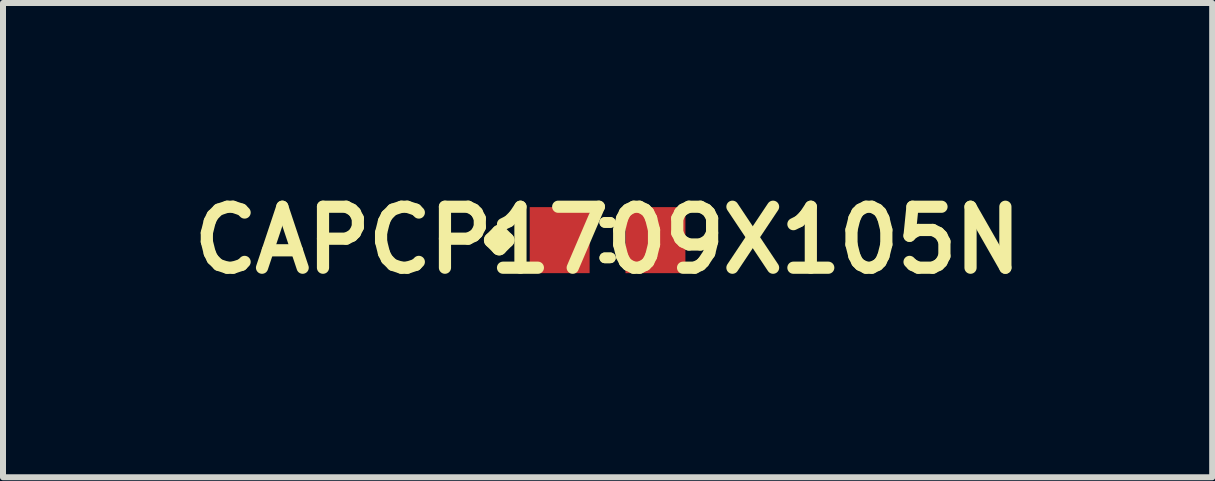
<source format=kicad_pcb>
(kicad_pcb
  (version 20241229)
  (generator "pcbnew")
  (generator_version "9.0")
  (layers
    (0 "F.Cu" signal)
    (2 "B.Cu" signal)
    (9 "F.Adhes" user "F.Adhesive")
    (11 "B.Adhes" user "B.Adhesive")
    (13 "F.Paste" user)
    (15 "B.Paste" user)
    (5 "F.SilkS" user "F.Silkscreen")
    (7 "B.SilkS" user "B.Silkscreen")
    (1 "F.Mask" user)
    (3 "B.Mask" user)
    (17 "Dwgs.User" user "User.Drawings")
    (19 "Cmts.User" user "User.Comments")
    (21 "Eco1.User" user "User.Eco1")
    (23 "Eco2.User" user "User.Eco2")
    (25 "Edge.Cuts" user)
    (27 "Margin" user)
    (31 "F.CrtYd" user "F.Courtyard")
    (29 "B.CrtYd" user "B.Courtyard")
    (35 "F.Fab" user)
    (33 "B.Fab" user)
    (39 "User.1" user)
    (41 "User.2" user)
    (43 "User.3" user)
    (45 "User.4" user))
  (footprint "CAPCP1709X105N"
    (layer "F.Cu")
    (at 7.073 0.951)
    (property "Reference" "CAPCP1709X105N" (at 0 0 0) (layer "F.SilkS") (effects (font (size 1.016 1.016) (thickness 0.203))))
    (attr smd)
    (fp_line (start -1.933 0) (end -1.806 -0.127) (stroke (width 0.254) (type solid)) (layer "F.SilkS"))
    (fp_line (start -1.806 -0.127) (end -1.679 0) (stroke (width 0.254) (type solid)) (layer "F.SilkS"))
    (fp_line (start -1.806 0.127) (end -1.933 0) (stroke (width 0.254) (type solid)) (layer "F.SilkS"))
    (fp_line (start -1.679 0) (end -1.806 0.127) (stroke (width 0.254) (type solid)) (layer "F.SilkS"))
    (fp_line (start -0.046 -0.295) (end 0.046 -0.295) (stroke (width 0.178) (type solid)) (layer "F.SilkS"))
    (fp_line (start -0.046 0.295) (end 0.046 0.295) (stroke (width 0.178) (type solid)) (layer "F.SilkS"))
    (fp_line (start 0.046 -0.295) (end -0.046 -0.295) (stroke (width 0.178) (type solid)) (layer "F.SilkS"))
    (fp_line (start 0.046 0.295) (end -0.046 0.295) (stroke (width 0.178) (type solid)) (layer "F.SilkS"))
    (pad "1" smd rect (at -0.798 0) (size 0.998 1.1) (layers "F.Cu" "F.Mask" "F.Paste"))
    (pad "2" smd rect (at 0.798 0) (size 0.998 1.1) (layers "F.Cu" "F.Mask" "F.Paste")))
  (gr_rect
    (start -3 -3)
    (end 17.147 4.902)
    (stroke (width 0.1) (type default))
    (fill no)
    (layer "Edge.Cuts")))
</source>
